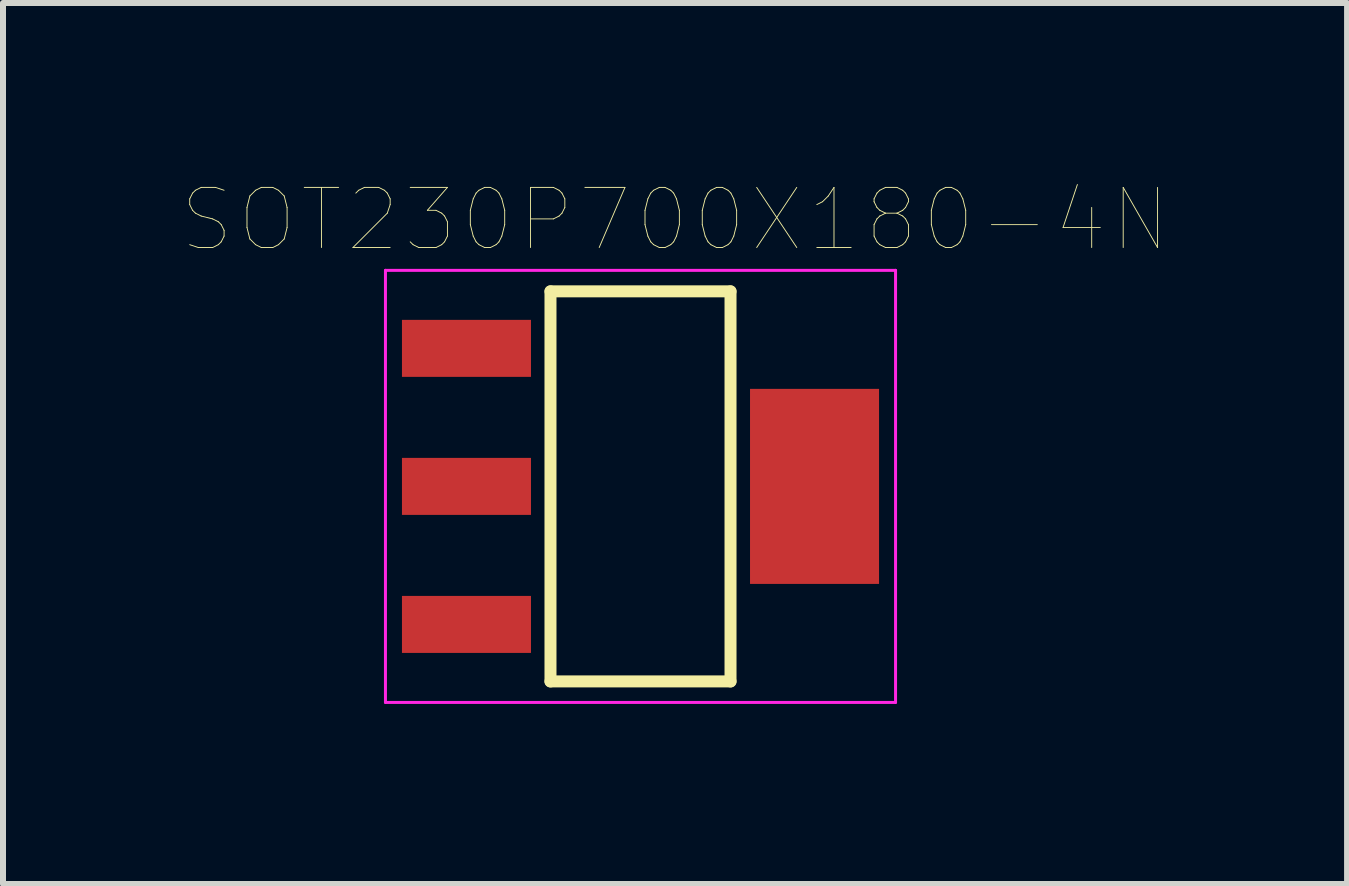
<source format=kicad_pcb>
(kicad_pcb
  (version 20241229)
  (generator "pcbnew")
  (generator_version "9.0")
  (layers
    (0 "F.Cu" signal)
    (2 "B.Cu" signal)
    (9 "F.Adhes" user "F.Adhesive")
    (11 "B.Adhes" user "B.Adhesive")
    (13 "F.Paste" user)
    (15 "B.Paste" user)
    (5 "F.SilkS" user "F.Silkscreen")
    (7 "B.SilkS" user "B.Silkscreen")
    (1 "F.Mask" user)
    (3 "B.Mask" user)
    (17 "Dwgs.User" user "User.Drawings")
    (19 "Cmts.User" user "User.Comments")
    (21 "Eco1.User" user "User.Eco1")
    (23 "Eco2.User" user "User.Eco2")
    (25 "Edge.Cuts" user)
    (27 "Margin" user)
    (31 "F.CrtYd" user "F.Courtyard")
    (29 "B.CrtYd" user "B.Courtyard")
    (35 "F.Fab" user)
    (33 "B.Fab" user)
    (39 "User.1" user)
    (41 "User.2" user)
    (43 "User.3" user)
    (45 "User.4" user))
  (footprint "SOT230P700X180-4N"
    (layer "F.Cu")
    (at 7.623 5.055)
    (property "Reference" "SOT230P700X180-4N" (at 0.576 -4.443 0) (layer "F.SilkS") (effects (font (size 1.002 1.002) (thickness 0.015))))
    (attr through_hole)
    (fp_line (start -1.5 -3.25) (end 1.5 -3.25) (stroke (width 0.2) (type solid)) (layer "F.SilkS"))
    (fp_line (start -1.5 3.25) (end -1.5 -3.25) (stroke (width 0.2) (type solid)) (layer "F.SilkS"))
    (fp_line (start 1.5 -3.25) (end 1.5 3.25) (stroke (width 0.2) (type solid)) (layer "F.SilkS"))
    (fp_line (start 1.5 3.25) (end -1.5 3.25) (stroke (width 0.2) (type solid)) (layer "F.SilkS"))
    (fp_line (start -4.25 -3.6) (end 4.25 -3.6) (stroke (width 0.05) (type solid)) (layer "F.CrtYd"))
    (fp_line (start -4.25 3.6) (end -4.25 -3.6) (stroke (width 0.05) (type solid)) (layer "F.CrtYd"))
    (fp_line (start 4.25 -3.6) (end 4.25 3.6) (stroke (width 0.05) (type solid)) (layer "F.CrtYd"))
    (fp_line (start 4.25 3.6) (end -4.25 3.6) (stroke (width 0.05) (type solid)) (layer "F.CrtYd"))
    (pad "1" smd rect (at -2.9 -2.3) (size 2.15 0.95) (layers "F.Cu" "F.Mask" "F.Paste"))
    (pad "2" smd rect (at -2.9 0) (size 2.15 0.95) (layers "F.Cu" "F.Mask" "F.Paste"))
    (pad "3" smd rect (at -2.9 2.3) (size 2.15 0.95) (layers "F.Cu" "F.Mask" "F.Paste"))
    (pad "4" smd rect (at 2.9 0) (size 2.15 3.25) (layers "F.Cu" "F.Mask" "F.Paste")))
  (gr_rect
    (start -3 -3)
    (end 19.397 11.68)
    (stroke (width 0.1) (type default))
    (fill no)
    (layer "Edge.Cuts")))
</source>
